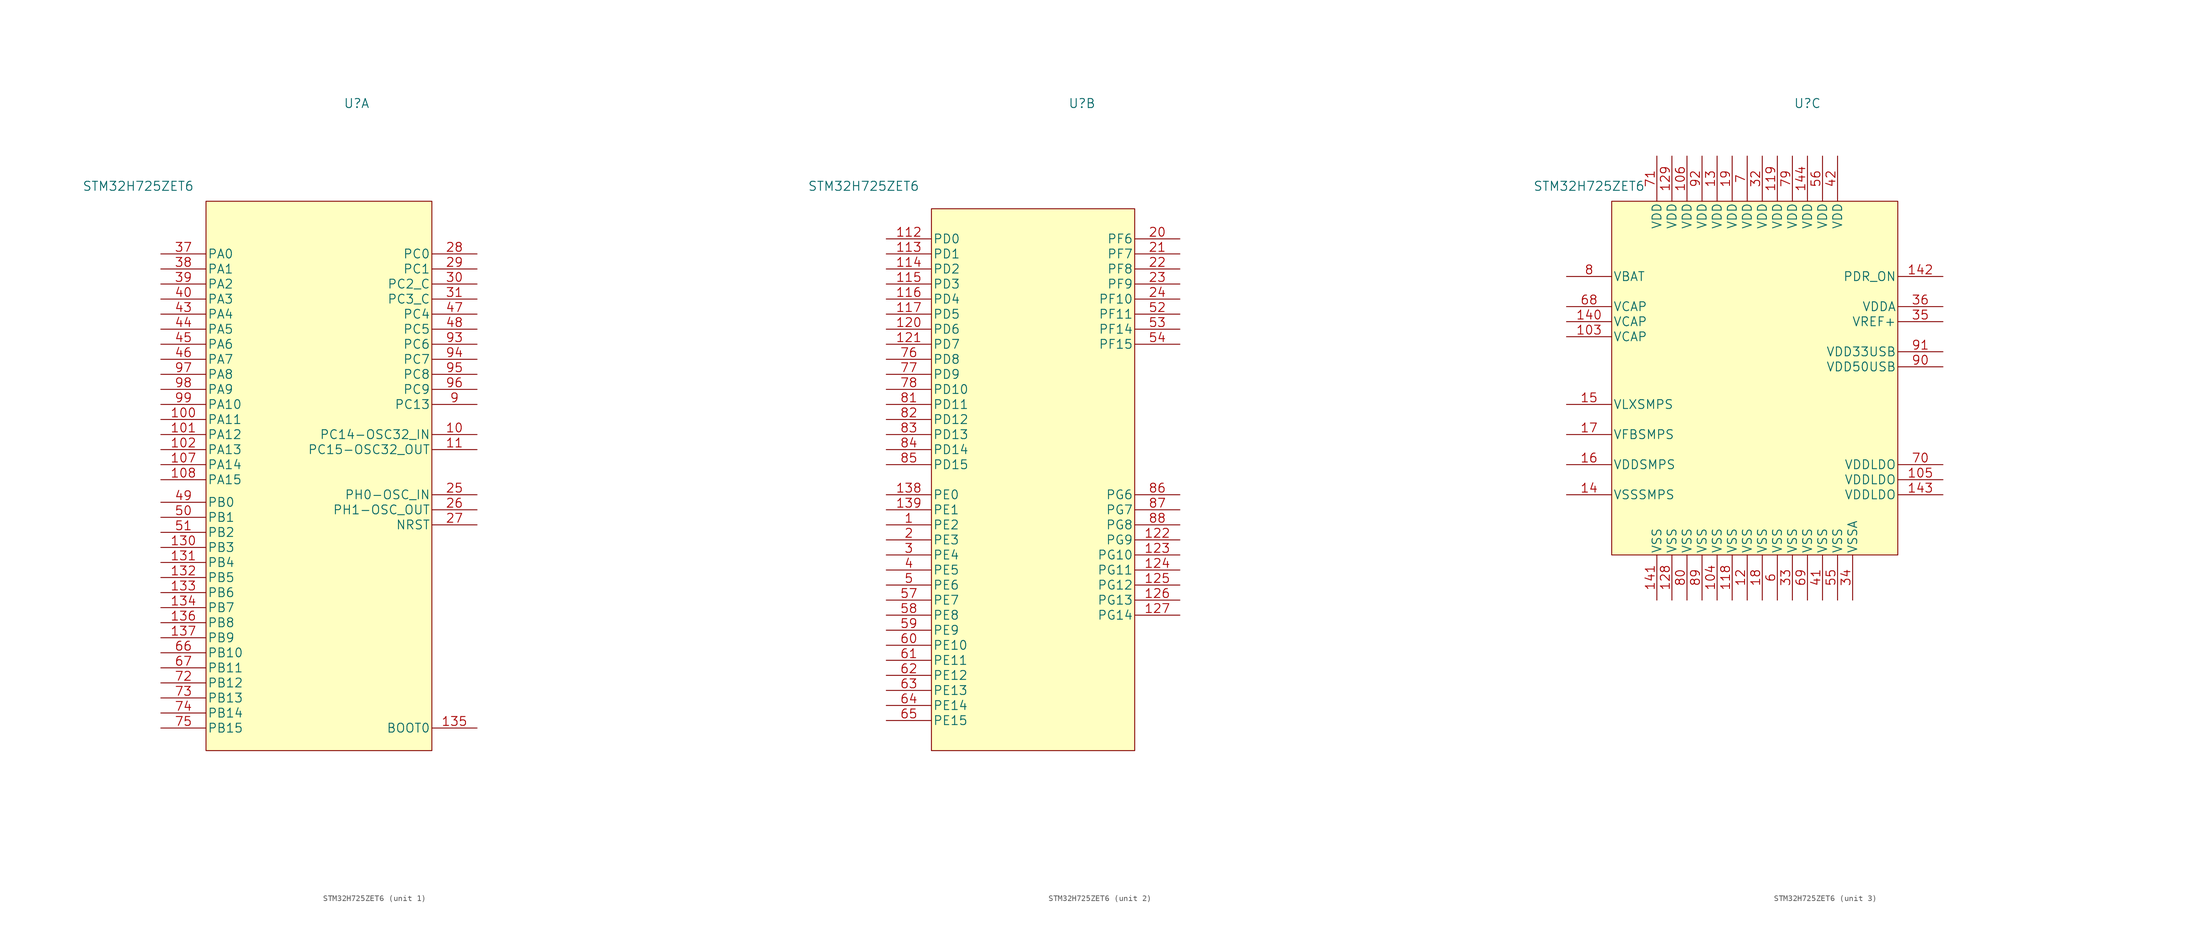
<source format=kicad_sym>
(kicad_symbol_lib
  (version 20211014)
  (generator kicad_symbol_editor)
  (symbol "STM32H725ZET6"
    (pin_names
      (offset 0.254))
    (property "Reference" "U"
      (at 7.62 17.78 0)
      (effects (font (size 1.524 1.524))))
    (property "Value" "STM32H725ZET6"
      (at -29.21 3.81 0)
      (effects (font (size 1.524 1.524))))
    (property "Datasheet" ""
      (at 59.69 -102.87 0)
      (effects (font (size 1.524 1.524))))
    (property "ki_locked" ""
      (at 0 0 0)
      (effects (font (size 1.27 1.27))))
    (symbol "STM32H725ZET6_1_1"
      (rectangle (start -17.78 1.27) (end 20.32 -91.44) (stroke (width 0) (type default) (color 0 0 0 0)) (fill (type background)))
      (pin bidirectional line (at 27.94 -38.1 180) (length 7.62) (name "PC14-OSC32_IN" (effects (font (size 1.499 1.499)))) (number "10" (effects (font (size 1.499 1.499)))))
      (pin bidirectional line (at -25.4 -35.56 0) (length 7.62) (name "PA11" (effects (font (size 1.499 1.499)))) (number "100" (effects (font (size 1.499 1.499)))))
      (pin bidirectional line (at -25.4 -38.1 0) (length 7.62) (name "PA12" (effects (font (size 1.499 1.499)))) (number "101" (effects (font (size 1.499 1.499)))))
      (pin bidirectional line (at -25.4 -40.64 0) (length 7.62) (name "PA13" (effects (font (size 1.499 1.499)))) (number "102" (effects (font (size 1.499 1.499)))))
      (pin bidirectional line (at -25.4 -43.18 0) (length 7.62) (name "PA14" (effects (font (size 1.499 1.499)))) (number "107" (effects (font (size 1.499 1.499)))))
      (pin bidirectional line (at -25.4 -45.72 0) (length 7.62) (name "PA15" (effects (font (size 1.499 1.499)))) (number "108" (effects (font (size 1.499 1.499)))))
      (pin output line (at 27.94 -40.64 180) (length 7.62) (name "PC15-OSC32_OUT" (effects (font (size 1.499 1.499)))) (number "11" (effects (font (size 1.499 1.499)))))
      (pin bidirectional line (at -25.4 -57.15 0) (length 7.62) (name "PB3" (effects (font (size 1.499 1.499)))) (number "130" (effects (font (size 1.499 1.499)))))
      (pin bidirectional line (at -25.4 -59.69 0) (length 7.62) (name "PB4" (effects (font (size 1.499 1.499)))) (number "131" (effects (font (size 1.499 1.499)))))
      (pin bidirectional line (at -25.4 -62.23 0) (length 7.62) (name "PB5" (effects (font (size 1.499 1.499)))) (number "132" (effects (font (size 1.499 1.499)))))
      (pin bidirectional line (at -25.4 -64.77 0) (length 7.62) (name "PB6" (effects (font (size 1.499 1.499)))) (number "133" (effects (font (size 1.499 1.499)))))
      (pin bidirectional line (at -25.4 -67.31 0) (length 7.62) (name "PB7" (effects (font (size 1.499 1.499)))) (number "134" (effects (font (size 1.499 1.499)))))
      (pin unspecified line (at 27.94 -87.63 180) (length 7.62) (name "BOOT0" (effects (font (size 1.499 1.499)))) (number "135" (effects (font (size 1.499 1.499)))))
      (pin bidirectional line (at -25.4 -69.85 0) (length 7.62) (name "PB8" (effects (font (size 1.499 1.499)))) (number "136" (effects (font (size 1.499 1.499)))))
      (pin bidirectional line (at -25.4 -72.39 0) (length 7.62) (name "PB9" (effects (font (size 1.499 1.499)))) (number "137" (effects (font (size 1.499 1.499)))))
      (pin bidirectional line (at 27.94 -48.26 180) (length 7.62) (name "PH0-OSC_IN" (effects (font (size 1.499 1.499)))) (number "25" (effects (font (size 1.499 1.499)))))
      (pin output line (at 27.94 -50.8 180) (length 7.62) (name "PH1-OSC_OUT" (effects (font (size 1.499 1.499)))) (number "26" (effects (font (size 1.499 1.499)))))
      (pin unspecified line (at 27.94 -53.34 180) (length 7.62) (name "NRST" (effects (font (size 1.499 1.499)))) (number "27" (effects (font (size 1.499 1.499)))))
      (pin bidirectional line (at 27.94 -7.62 180) (length 7.62) (name "PC0" (effects (font (size 1.499 1.499)))) (number "28" (effects (font (size 1.499 1.499)))))
      (pin bidirectional line (at 27.94 -10.16 180) (length 7.62) (name "PC1" (effects (font (size 1.499 1.499)))) (number "29" (effects (font (size 1.499 1.499)))))
      (pin bidirectional line (at 27.94 -12.7 180) (length 7.62) (name "PC2_C" (effects (font (size 1.499 1.499)))) (number "30" (effects (font (size 1.499 1.499)))))
      (pin bidirectional line (at 27.94 -15.24 180) (length 7.62) (name "PC3_C" (effects (font (size 1.499 1.499)))) (number "31" (effects (font (size 1.499 1.499)))))
      (pin bidirectional line (at -25.4 -7.62 0) (length 7.62) (name "PA0" (effects (font (size 1.499 1.499)))) (number "37" (effects (font (size 1.499 1.499)))))
      (pin bidirectional line (at -25.4 -10.16 0) (length 7.62) (name "PA1" (effects (font (size 1.499 1.499)))) (number "38" (effects (font (size 1.499 1.499)))))
      (pin bidirectional line (at -25.4 -12.7 0) (length 7.62) (name "PA2" (effects (font (size 1.499 1.499)))) (number "39" (effects (font (size 1.499 1.499)))))
      (pin bidirectional line (at -25.4 -15.24 0) (length 7.62) (name "PA3" (effects (font (size 1.499 1.499)))) (number "40" (effects (font (size 1.499 1.499)))))
      (pin bidirectional line (at -25.4 -17.78 0) (length 7.62) (name "PA4" (effects (font (size 1.499 1.499)))) (number "43" (effects (font (size 1.499 1.499)))))
      (pin bidirectional line (at -25.4 -20.32 0) (length 7.62) (name "PA5" (effects (font (size 1.499 1.499)))) (number "44" (effects (font (size 1.499 1.499)))))
      (pin bidirectional line (at -25.4 -22.86 0) (length 7.62) (name "PA6" (effects (font (size 1.499 1.499)))) (number "45" (effects (font (size 1.499 1.499)))))
      (pin bidirectional line (at -25.4 -25.4 0) (length 7.62) (name "PA7" (effects (font (size 1.499 1.499)))) (number "46" (effects (font (size 1.499 1.499)))))
      (pin bidirectional line (at 27.94 -17.78 180) (length 7.62) (name "PC4" (effects (font (size 1.499 1.499)))) (number "47" (effects (font (size 1.499 1.499)))))
      (pin bidirectional line (at 27.94 -20.32 180) (length 7.62) (name "PC5" (effects (font (size 1.499 1.499)))) (number "48" (effects (font (size 1.499 1.499)))))
      (pin bidirectional line (at -25.4 -49.53 0) (length 7.62) (name "PB0" (effects (font (size 1.499 1.499)))) (number "49" (effects (font (size 1.499 1.499)))))
      (pin bidirectional line (at -25.4 -52.07 0) (length 7.62) (name "PB1" (effects (font (size 1.499 1.499)))) (number "50" (effects (font (size 1.499 1.499)))))
      (pin bidirectional line (at -25.4 -54.61 0) (length 7.62) (name "PB2" (effects (font (size 1.499 1.499)))) (number "51" (effects (font (size 1.499 1.499)))))
      (pin bidirectional line (at -25.4 -74.93 0) (length 7.62) (name "PB10" (effects (font (size 1.499 1.499)))) (number "66" (effects (font (size 1.499 1.499)))))
      (pin bidirectional line (at -25.4 -77.47 0) (length 7.62) (name "PB11" (effects (font (size 1.499 1.499)))) (number "67" (effects (font (size 1.499 1.499)))))
      (pin bidirectional line (at -25.4 -80.01 0) (length 7.62) (name "PB12" (effects (font (size 1.499 1.499)))) (number "72" (effects (font (size 1.499 1.499)))))
      (pin bidirectional line (at -25.4 -82.55 0) (length 7.62) (name "PB13" (effects (font (size 1.499 1.499)))) (number "73" (effects (font (size 1.499 1.499)))))
      (pin bidirectional line (at -25.4 -85.09 0) (length 7.62) (name "PB14" (effects (font (size 1.499 1.499)))) (number "74" (effects (font (size 1.499 1.499)))))
      (pin bidirectional line (at -25.4 -87.63 0) (length 7.62) (name "PB15" (effects (font (size 1.499 1.499)))) (number "75" (effects (font (size 1.499 1.499)))))
      (pin bidirectional line (at 27.94 -33.02 180) (length 7.62) (name "PC13" (effects (font (size 1.499 1.499)))) (number "9" (effects (font (size 1.499 1.499)))))
      (pin bidirectional line (at 27.94 -22.86 180) (length 7.62) (name "PC6" (effects (font (size 1.499 1.499)))) (number "93" (effects (font (size 1.499 1.499)))))
      (pin bidirectional line (at 27.94 -25.4 180) (length 7.62) (name "PC7" (effects (font (size 1.499 1.499)))) (number "94" (effects (font (size 1.499 1.499)))))
      (pin bidirectional line (at 27.94 -27.94 180) (length 7.62) (name "PC8" (effects (font (size 1.499 1.499)))) (number "95" (effects (font (size 1.499 1.499)))))
      (pin bidirectional line (at 27.94 -30.48 180) (length 7.62) (name "PC9" (effects (font (size 1.499 1.499)))) (number "96" (effects (font (size 1.499 1.499)))))
      (pin bidirectional line (at -25.4 -27.94 0) (length 7.62) (name "PA8" (effects (font (size 1.499 1.499)))) (number "97" (effects (font (size 1.499 1.499)))))
      (pin bidirectional line (at -25.4 -30.48 0) (length 7.62) (name "PA9" (effects (font (size 1.499 1.499)))) (number "98" (effects (font (size 1.499 1.499)))))
      (pin bidirectional line (at -25.4 -33.02 0) (length 7.62) (name "PA10" (effects (font (size 1.499 1.499)))) (number "99" (effects (font (size 1.499 1.499))))))
    (symbol "STM32H725ZET6_2_1"
      (rectangle (start -17.78 0) (end 16.51 -91.44) (stroke (width 0) (type default) (color 0 0 0 0)) (fill (type background)))
      (pin bidirectional line (at -25.4 -53.34 0) (length 7.62) (name "PE2" (effects (font (size 1.499 1.499)))) (number "1" (effects (font (size 1.499 1.499)))))
      (pin bidirectional line (at -25.4 -5.08 0) (length 7.62) (name "PD0" (effects (font (size 1.499 1.499)))) (number "112" (effects (font (size 1.499 1.499)))))
      (pin bidirectional line (at -25.4 -7.62 0) (length 7.62) (name "PD1" (effects (font (size 1.499 1.499)))) (number "113" (effects (font (size 1.499 1.499)))))
      (pin bidirectional line (at -25.4 -10.16 0) (length 7.62) (name "PD2" (effects (font (size 1.499 1.499)))) (number "114" (effects (font (size 1.499 1.499)))))
      (pin bidirectional line (at -25.4 -12.7 0) (length 7.62) (name "PD3" (effects (font (size 1.499 1.499)))) (number "115" (effects (font (size 1.499 1.499)))))
      (pin bidirectional line (at -25.4 -15.24 0) (length 7.62) (name "PD4" (effects (font (size 1.499 1.499)))) (number "116" (effects (font (size 1.499 1.499)))))
      (pin bidirectional line (at -25.4 -17.78 0) (length 7.62) (name "PD5" (effects (font (size 1.499 1.499)))) (number "117" (effects (font (size 1.499 1.499)))))
      (pin bidirectional line (at -25.4 -20.32 0) (length 7.62) (name "PD6" (effects (font (size 1.499 1.499)))) (number "120" (effects (font (size 1.499 1.499)))))
      (pin bidirectional line (at -25.4 -22.86 0) (length 7.62) (name "PD7" (effects (font (size 1.499 1.499)))) (number "121" (effects (font (size 1.499 1.499)))))
      (pin bidirectional line (at 24.13 -55.88 180) (length 7.62) (name "PG9" (effects (font (size 1.499 1.499)))) (number "122" (effects (font (size 1.499 1.499)))))
      (pin bidirectional line (at 24.13 -58.42 180) (length 7.62) (name "PG10" (effects (font (size 1.499 1.499)))) (number "123" (effects (font (size 1.499 1.499)))))
      (pin bidirectional line (at 24.13 -60.96 180) (length 7.62) (name "PG11" (effects (font (size 1.499 1.499)))) (number "124" (effects (font (size 1.499 1.499)))))
      (pin bidirectional line (at 24.13 -63.5 180) (length 7.62) (name "PG12" (effects (font (size 1.499 1.499)))) (number "125" (effects (font (size 1.499 1.499)))))
      (pin bidirectional line (at 24.13 -66.04 180) (length 7.62) (name "PG13" (effects (font (size 1.499 1.499)))) (number "126" (effects (font (size 1.499 1.499)))))
      (pin bidirectional line (at 24.13 -68.58 180) (length 7.62) (name "PG14" (effects (font (size 1.499 1.499)))) (number "127" (effects (font (size 1.499 1.499)))))
      (pin bidirectional line (at -25.4 -48.26 0) (length 7.62) (name "PE0" (effects (font (size 1.499 1.499)))) (number "138" (effects (font (size 1.499 1.499)))))
      (pin bidirectional line (at -25.4 -50.8 0) (length 7.62) (name "PE1" (effects (font (size 1.499 1.499)))) (number "139" (effects (font (size 1.499 1.499)))))
      (pin bidirectional line (at -25.4 -55.88 0) (length 7.62) (name "PE3" (effects (font (size 1.499 1.499)))) (number "2" (effects (font (size 1.499 1.499)))))
      (pin bidirectional line (at 24.13 -5.08 180) (length 7.62) (name "PF6" (effects (font (size 1.499 1.499)))) (number "20" (effects (font (size 1.499 1.499)))))
      (pin bidirectional line (at 24.13 -7.62 180) (length 7.62) (name "PF7" (effects (font (size 1.499 1.499)))) (number "21" (effects (font (size 1.499 1.499)))))
      (pin bidirectional line (at 24.13 -10.16 180) (length 7.62) (name "PF8" (effects (font (size 1.499 1.499)))) (number "22" (effects (font (size 1.499 1.499)))))
      (pin bidirectional line (at 24.13 -12.7 180) (length 7.62) (name "PF9" (effects (font (size 1.499 1.499)))) (number "23" (effects (font (size 1.499 1.499)))))
      (pin bidirectional line (at 24.13 -15.24 180) (length 7.62) (name "PF10" (effects (font (size 1.499 1.499)))) (number "24" (effects (font (size 1.499 1.499)))))
      (pin bidirectional line (at -25.4 -58.42 0) (length 7.62) (name "PE4" (effects (font (size 1.499 1.499)))) (number "3" (effects (font (size 1.499 1.499)))))
      (pin bidirectional line (at -25.4 -60.96 0) (length 7.62) (name "PE5" (effects (font (size 1.499 1.499)))) (number "4" (effects (font (size 1.499 1.499)))))
      (pin bidirectional line (at -25.4 -63.5 0) (length 7.62) (name "PE6" (effects (font (size 1.499 1.499)))) (number "5" (effects (font (size 1.499 1.499)))))
      (pin bidirectional line (at 24.13 -17.78 180) (length 7.62) (name "PF11" (effects (font (size 1.499 1.499)))) (number "52" (effects (font (size 1.499 1.499)))))
      (pin bidirectional line (at 24.13 -20.32 180) (length 7.62) (name "PF14" (effects (font (size 1.499 1.499)))) (number "53" (effects (font (size 1.499 1.499)))))
      (pin bidirectional line (at 24.13 -22.86 180) (length 7.62) (name "PF15" (effects (font (size 1.499 1.499)))) (number "54" (effects (font (size 1.499 1.499)))))
      (pin bidirectional line (at -25.4 -66.04 0) (length 7.62) (name "PE7" (effects (font (size 1.499 1.499)))) (number "57" (effects (font (size 1.499 1.499)))))
      (pin bidirectional line (at -25.4 -68.58 0) (length 7.62) (name "PE8" (effects (font (size 1.499 1.499)))) (number "58" (effects (font (size 1.499 1.499)))))
      (pin bidirectional line (at -25.4 -71.12 0) (length 7.62) (name "PE9" (effects (font (size 1.499 1.499)))) (number "59" (effects (font (size 1.499 1.499)))))
      (pin bidirectional line (at -25.4 -73.66 0) (length 7.62) (name "PE10" (effects (font (size 1.499 1.499)))) (number "60" (effects (font (size 1.499 1.499)))))
      (pin bidirectional line (at -25.4 -76.2 0) (length 7.62) (name "PE11" (effects (font (size 1.499 1.499)))) (number "61" (effects (font (size 1.499 1.499)))))
      (pin bidirectional line (at -25.4 -78.74 0) (length 7.62) (name "PE12" (effects (font (size 1.499 1.499)))) (number "62" (effects (font (size 1.499 1.499)))))
      (pin bidirectional line (at -25.4 -81.28 0) (length 7.62) (name "PE13" (effects (font (size 1.499 1.499)))) (number "63" (effects (font (size 1.499 1.499)))))
      (pin bidirectional line (at -25.4 -83.82 0) (length 7.62) (name "PE14" (effects (font (size 1.499 1.499)))) (number "64" (effects (font (size 1.499 1.499)))))
      (pin bidirectional line (at -25.4 -86.36 0) (length 7.62) (name "PE15" (effects (font (size 1.499 1.499)))) (number "65" (effects (font (size 1.499 1.499)))))
      (pin bidirectional line (at -25.4 -25.4 0) (length 7.62) (name "PD8" (effects (font (size 1.499 1.499)))) (number "76" (effects (font (size 1.499 1.499)))))
      (pin bidirectional line (at -25.4 -27.94 0) (length 7.62) (name "PD9" (effects (font (size 1.499 1.499)))) (number "77" (effects (font (size 1.499 1.499)))))
      (pin bidirectional line (at -25.4 -30.48 0) (length 7.62) (name "PD10" (effects (font (size 1.499 1.499)))) (number "78" (effects (font (size 1.499 1.499)))))
      (pin bidirectional line (at -25.4 -33.02 0) (length 7.62) (name "PD11" (effects (font (size 1.499 1.499)))) (number "81" (effects (font (size 1.499 1.499)))))
      (pin bidirectional line (at -25.4 -35.56 0) (length 7.62) (name "PD12" (effects (font (size 1.499 1.499)))) (number "82" (effects (font (size 1.499 1.499)))))
      (pin bidirectional line (at -25.4 -38.1 0) (length 7.62) (name "PD13" (effects (font (size 1.499 1.499)))) (number "83" (effects (font (size 1.499 1.499)))))
      (pin bidirectional line (at -25.4 -40.64 0) (length 7.62) (name "PD14" (effects (font (size 1.499 1.499)))) (number "84" (effects (font (size 1.499 1.499)))))
      (pin bidirectional line (at -25.4 -43.18 0) (length 7.62) (name "PD15" (effects (font (size 1.499 1.499)))) (number "85" (effects (font (size 1.499 1.499)))))
      (pin bidirectional line (at 24.13 -48.26 180) (length 7.62) (name "PG6" (effects (font (size 1.499 1.499)))) (number "86" (effects (font (size 1.499 1.499)))))
      (pin bidirectional line (at 24.13 -50.8 180) (length 7.62) (name "PG7" (effects (font (size 1.499 1.499)))) (number "87" (effects (font (size 1.499 1.499)))))
      (pin bidirectional line (at 24.13 -53.34 180) (length 7.62) (name "PG8" (effects (font (size 1.499 1.499)))) (number "88" (effects (font (size 1.499 1.499))))))
    (symbol "STM32H725ZET6_3_1"
      (rectangle (start -25.4 1.27) (end 22.86 -58.42) (stroke (width 0) (type default) (color 0 0 0 0)) (fill (type background)))
      (pin unspecified line (at -33.02 -21.59 0) (length 7.62) (name "VCAP" (effects (font (size 1.499 1.499)))) (number "103" (effects (font (size 1.499 1.499)))))
      (pin power_in line (at -7.62 -66.04 90) (length 7.62) (name "VSS" (effects (font (size 1.499 1.499)))) (number "104" (effects (font (size 1.499 1.499)))))
      (pin power_in line (at 30.48 -45.72 180) (length 7.62) (name "VDDLDO" (effects (font (size 1.499 1.499)))) (number "105" (effects (font (size 1.499 1.499)))))
      (pin power_in line (at -12.7 8.89 270) (length 7.62) (name "VDD" (effects (font (size 1.499 1.499)))) (number "106" (effects (font (size 1.499 1.499)))))
      (pin power_in line (at -5.08 -66.04 90) (length 7.62) (name "VSS" (effects (font (size 1.499 1.499)))) (number "118" (effects (font (size 1.499 1.499)))))
      (pin power_in line (at 2.54 8.89 270) (length 7.62) (name "VDD" (effects (font (size 1.499 1.499)))) (number "119" (effects (font (size 1.499 1.499)))))
      (pin power_in line (at -2.54 -66.04 90) (length 7.62) (name "VSS" (effects (font (size 1.499 1.499)))) (number "12" (effects (font (size 1.499 1.499)))))
      (pin power_in line (at -15.24 -66.04 90) (length 7.62) (name "VSS" (effects (font (size 1.499 1.499)))) (number "128" (effects (font (size 1.499 1.499)))))
      (pin power_in line (at -15.24 8.89 270) (length 7.62) (name "VDD" (effects (font (size 1.499 1.499)))) (number "129" (effects (font (size 1.499 1.499)))))
      (pin power_in line (at -7.62 8.89 270) (length 7.62) (name "VDD" (effects (font (size 1.499 1.499)))) (number "13" (effects (font (size 1.499 1.499)))))
      (pin power_in line (at -33.02 -48.26 0) (length 7.62) (name "VSSSMPS" (effects (font (size 1.499 1.499)))) (number "14" (effects (font (size 1.499 1.499)))))
      (pin unspecified line (at -33.02 -19.05 0) (length 7.62) (name "VCAP" (effects (font (size 1.499 1.499)))) (number "140" (effects (font (size 1.499 1.499)))))
      (pin power_in line (at -17.78 -66.04 90) (length 7.62) (name "VSS" (effects (font (size 1.499 1.499)))) (number "141" (effects (font (size 1.499 1.499)))))
      (pin unspecified line (at 30.48 -11.43 180) (length 7.62) (name "PDR_ON" (effects (font (size 1.499 1.499)))) (number "142" (effects (font (size 1.499 1.499)))))
      (pin power_in line (at 30.48 -48.26 180) (length 7.62) (name "VDDLDO" (effects (font (size 1.499 1.499)))) (number "143" (effects (font (size 1.499 1.499)))))
      (pin power_in line (at 7.62 8.89 270) (length 7.62) (name "VDD" (effects (font (size 1.499 1.499)))) (number "144" (effects (font (size 1.499 1.499)))))
      (pin unspecified line (at -33.02 -33.02 0) (length 7.62) (name "VLXSMPS" (effects (font (size 1.499 1.499)))) (number "15" (effects (font (size 1.499 1.499)))))
      (pin power_in line (at -33.02 -43.18 0) (length 7.62) (name "VDDSMPS" (effects (font (size 1.499 1.499)))) (number "16" (effects (font (size 1.499 1.499)))))
      (pin unspecified line (at -33.02 -38.1 0) (length 7.62) (name "VFBSMPS" (effects (font (size 1.499 1.499)))) (number "17" (effects (font (size 1.499 1.499)))))
      (pin power_in line (at 0 -66.04 90) (length 7.62) (name "VSS" (effects (font (size 1.499 1.499)))) (number "18" (effects (font (size 1.499 1.499)))))
      (pin power_in line (at -5.08 8.89 270) (length 7.62) (name "VDD" (effects (font (size 1.499 1.499)))) (number "19" (effects (font (size 1.499 1.499)))))
      (pin power_in line (at 0 8.89 270) (length 7.62) (name "VDD" (effects (font (size 1.499 1.499)))) (number "32" (effects (font (size 1.499 1.499)))))
      (pin power_in line (at 5.08 -66.04 90) (length 7.62) (name "VSS" (effects (font (size 1.499 1.499)))) (number "33" (effects (font (size 1.499 1.499)))))
      (pin power_in line (at 15.24 -66.04 90) (length 7.62) (name "VSSA" (effects (font (size 1.499 1.499)))) (number "34" (effects (font (size 1.499 1.499)))))
      (pin power_in line (at 30.48 -19.05 180) (length 7.62) (name "VREF+" (effects (font (size 1.499 1.499)))) (number "35" (effects (font (size 1.499 1.499)))))
      (pin power_in line (at 30.48 -16.51 180) (length 7.62) (name "VDDA" (effects (font (size 1.499 1.499)))) (number "36" (effects (font (size 1.499 1.499)))))
      (pin power_in line (at 10.16 -66.04 90) (length 7.62) (name "VSS" (effects (font (size 1.499 1.499)))) (number "41" (effects (font (size 1.499 1.499)))))
      (pin power_in line (at 12.7 8.89 270) (length 7.62) (name "VDD" (effects (font (size 1.499 1.499)))) (number "42" (effects (font (size 1.499 1.499)))))
      (pin power_in line (at 12.7 -66.04 90) (length 7.62) (name "VSS" (effects (font (size 1.499 1.499)))) (number "55" (effects (font (size 1.499 1.499)))))
      (pin power_in line (at 10.16 8.89 270) (length 7.62) (name "VDD" (effects (font (size 1.499 1.499)))) (number "56" (effects (font (size 1.499 1.499)))))
      (pin power_in line (at 2.54 -66.04 90) (length 7.62) (name "VSS" (effects (font (size 1.499 1.499)))) (number "6" (effects (font (size 1.499 1.499)))))
      (pin unspecified line (at -33.02 -16.51 0) (length 7.62) (name "VCAP" (effects (font (size 1.499 1.499)))) (number "68" (effects (font (size 1.499 1.499)))))
      (pin power_in line (at 7.62 -66.04 90) (length 7.62) (name "VSS" (effects (font (size 1.499 1.499)))) (number "69" (effects (font (size 1.499 1.499)))))
      (pin power_in line (at -2.54 8.89 270) (length 7.62) (name "VDD" (effects (font (size 1.499 1.499)))) (number "7" (effects (font (size 1.499 1.499)))))
      (pin power_in line (at 30.48 -43.18 180) (length 7.62) (name "VDDLDO" (effects (font (size 1.499 1.499)))) (number "70" (effects (font (size 1.499 1.499)))))
      (pin power_in line (at -17.78 8.89 270) (length 7.62) (name "VDD" (effects (font (size 1.499 1.499)))) (number "71" (effects (font (size 1.499 1.499)))))
      (pin power_in line (at 5.08 8.89 270) (length 7.62) (name "VDD" (effects (font (size 1.499 1.499)))) (number "79" (effects (font (size 1.499 1.499)))))
      (pin unspecified line (at -33.02 -11.43 0) (length 7.62) (name "VBAT" (effects (font (size 1.499 1.499)))) (number "8" (effects (font (size 1.499 1.499)))))
      (pin power_in line (at -12.7 -66.04 90) (length 7.62) (name "VSS" (effects (font (size 1.499 1.499)))) (number "80" (effects (font (size 1.499 1.499)))))
      (pin power_in line (at -10.16 -66.04 90) (length 7.62) (name "VSS" (effects (font (size 1.499 1.499)))) (number "89" (effects (font (size 1.499 1.499)))))
      (pin power_in line (at 30.48 -26.67 180) (length 7.62) (name "VDD50USB" (effects (font (size 1.499 1.499)))) (number "90" (effects (font (size 1.499 1.499)))))
      (pin power_in line (at 30.48 -24.13 180) (length 7.62) (name "VDD33USB" (effects (font (size 1.499 1.499)))) (number "91" (effects (font (size 1.499 1.499)))))
      (pin power_in line (at -10.16 8.89 270) (length 7.62) (name "VDD" (effects (font (size 1.499 1.499)))) (number "92" (effects (font (size 1.499 1.499))))))))
</source>
